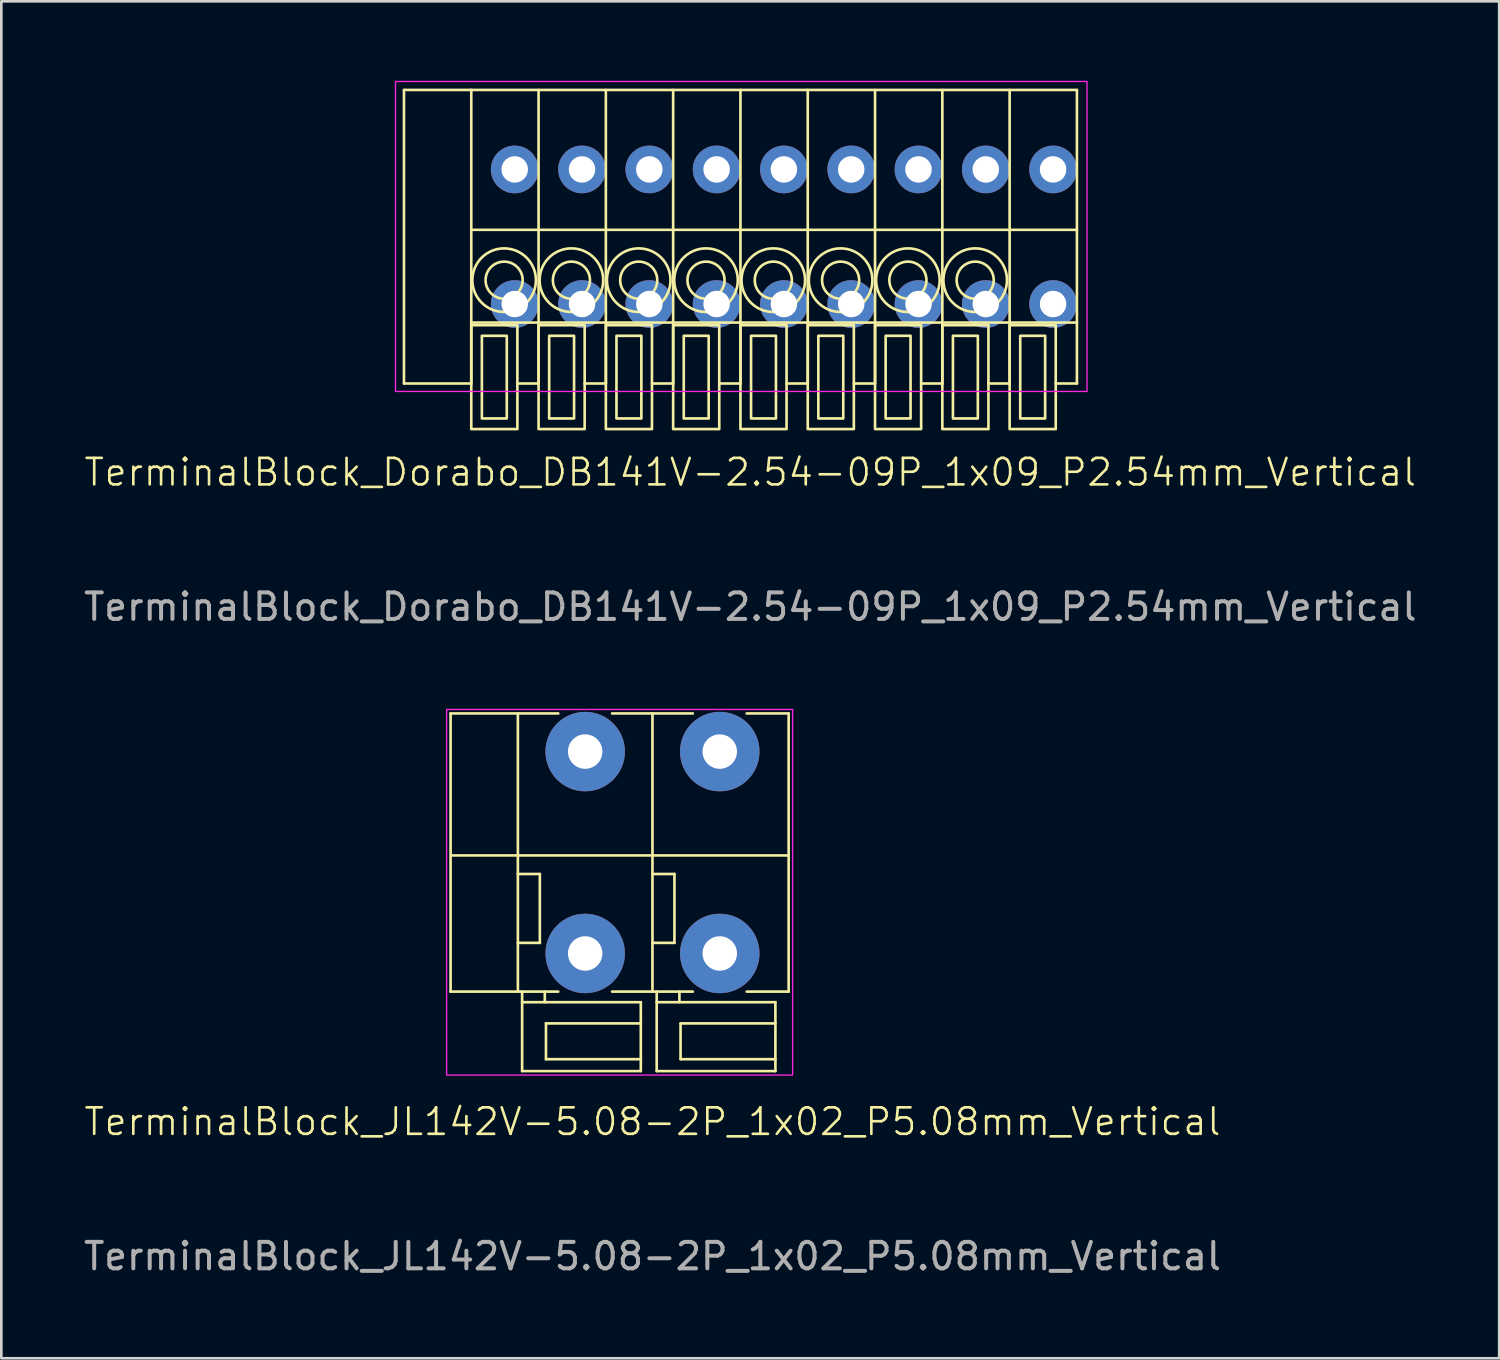
<source format=kicad_pcb>
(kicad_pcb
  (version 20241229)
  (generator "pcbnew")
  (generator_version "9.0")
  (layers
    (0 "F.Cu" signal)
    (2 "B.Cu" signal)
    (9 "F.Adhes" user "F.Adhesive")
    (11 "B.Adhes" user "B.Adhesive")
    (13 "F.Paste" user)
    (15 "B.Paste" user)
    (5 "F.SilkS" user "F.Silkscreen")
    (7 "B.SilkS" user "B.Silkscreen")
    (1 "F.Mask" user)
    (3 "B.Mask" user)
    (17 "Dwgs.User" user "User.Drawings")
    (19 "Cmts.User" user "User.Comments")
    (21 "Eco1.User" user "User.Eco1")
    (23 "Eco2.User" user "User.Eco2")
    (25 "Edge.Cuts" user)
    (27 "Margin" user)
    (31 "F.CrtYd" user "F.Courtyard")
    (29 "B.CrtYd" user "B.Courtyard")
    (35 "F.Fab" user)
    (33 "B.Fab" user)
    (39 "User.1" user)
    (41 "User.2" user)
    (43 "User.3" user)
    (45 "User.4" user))
  (footprint "TerminalBlock_JL142V-5.08-2P_1x02_P5.08mm_Vertical"
    (layer "F.Cu")
    (at 19.037 32.938)
    (property "Reference" "TerminalBlock_JL142V-5.08-2P_1x02_P5.08mm_Vertical" (at 2.54 6.35 0) (unlocked yes) (layer "F.SilkS") (effects (font (size 1 1) (thickness 0.1))))
    (attr through_hole)
    (fp_line (start -5.08 -9.06) (end -1.016 -9.06) (stroke (width 0.1) (type default)) (layer "F.SilkS"))
    (fp_line (start -5.08 1.44) (end -5.08 -9.06) (stroke (width 0.1) (type default)) (layer "F.SilkS"))
    (fp_line (start -5.02 -3.7) (end 7.68 -3.7) (stroke (width 0.1) (type default)) (layer "F.SilkS"))
    (fp_line (start -2.54 -9.06) (end -2.54 1.44) (stroke (width 0.1) (type default)) (layer "F.SilkS"))
    (fp_line (start -2.54 -3) (end -1.711 -3) (stroke (width 0.1) (type default)) (layer "F.SilkS"))
    (fp_line (start -2.38 1.84) (end 2.1 1.84) (stroke (width 0.1) (type default)) (layer "F.SilkS"))
    (fp_line (start -2.38 4.44) (end -2.38 1.44) (stroke (width 0.1) (type default)) (layer "F.SilkS"))
    (fp_line (start -1.711 -3) (end -1.711 -0.4) (stroke (width 0.1) (type default)) (layer "F.SilkS"))
    (fp_line (start -1.711 -0.4) (end -2.54 -0.4) (stroke (width 0.1) (type default)) (layer "F.SilkS"))
    (fp_line (start -1.524 1.84) (end -1.524 1.44) (stroke (width 0.1) (type default)) (layer "F.SilkS"))
    (fp_line (start -1.48 2.64) (end -1.48 3.99) (stroke (width 0.1) (type default)) (layer "F.SilkS"))
    (fp_line (start -1.48 3.99) (end 2.1 3.99) (stroke (width 0.1) (type default)) (layer "F.SilkS"))
    (fp_line (start -1.016 1.44) (end -5.08 1.44) (stroke (width 0.1) (type default)) (layer "F.SilkS"))
    (fp_line (start 1.016 -9.06) (end 4.064 -9.06) (stroke (width 0.1) (type default)) (layer "F.SilkS"))
    (fp_line (start 1.016 1.44) (end 4.064 1.44) (stroke (width 0.1) (type default)) (layer "F.SilkS"))
    (fp_line (start 2.1 1.84) (end 2.1 4.44) (stroke (width 0.1) (type default)) (layer "F.SilkS"))
    (fp_line (start 2.1 2.64) (end -1.48 2.64) (stroke (width 0.1) (type default)) (layer "F.SilkS"))
    (fp_line (start 2.1 4.44) (end -2.38 4.44) (stroke (width 0.1) (type default)) (layer "F.SilkS"))
    (fp_line (start 2.54 -9.06) (end 2.54 1.44) (stroke (width 0.1) (type default)) (layer "F.SilkS"))
    (fp_line (start 2.54 -3) (end 3.369 -3) (stroke (width 0.1) (type default)) (layer "F.SilkS"))
    (fp_line (start 2.7 1.84) (end 7.18 1.84) (stroke (width 0.1) (type default)) (layer "F.SilkS"))
    (fp_line (start 2.7 4.44) (end 2.7 1.44) (stroke (width 0.1) (type default)) (layer "F.SilkS"))
    (fp_line (start 3.369 -3) (end 3.369 -0.4) (stroke (width 0.1) (type default)) (layer "F.SilkS"))
    (fp_line (start 3.369 -0.4) (end 2.54 -0.4) (stroke (width 0.1) (type default)) (layer "F.SilkS"))
    (fp_line (start 3.556 1.84) (end 3.556 1.44) (stroke (width 0.1) (type default)) (layer "F.SilkS"))
    (fp_line (start 3.6 2.64) (end 3.6 3.99) (stroke (width 0.1) (type default)) (layer "F.SilkS"))
    (fp_line (start 3.6 3.99) (end 7.18 3.99) (stroke (width 0.1) (type default)) (layer "F.SilkS"))
    (fp_line (start 6.096 -9.06) (end 7.68 -9.06) (stroke (width 0.1) (type default)) (layer "F.SilkS"))
    (fp_line (start 6.096 1.44) (end 7.68 1.44) (stroke (width 0.1) (type default)) (layer "F.SilkS"))
    (fp_line (start 7.18 1.84) (end 7.18 4.44) (stroke (width 0.1) (type default)) (layer "F.SilkS"))
    (fp_line (start 7.18 2.64) (end 3.6 2.64) (stroke (width 0.1) (type default)) (layer "F.SilkS"))
    (fp_line (start 7.18 4.44) (end 2.7 4.44) (stroke (width 0.1) (type default)) (layer "F.SilkS"))
    (fp_line (start 7.68 -9.06) (end 7.68 1.44) (stroke (width 0.1) (type default)) (layer "F.SilkS"))
    (fp_rect (start -5.23 -9.21) (end 7.83 4.59) (stroke (width 0.05) (type default)) (fill no) (layer "F.CrtYd"))
    (fp_text user "${REFERENCE}" (at 2.54 11.43 0) (unlocked yes) (layer "F.Fab") (effects (font (size 1 1) (thickness 0.15))))
    (pad "1" thru_hole circle (at 0 -7.62) (size 3 3) (drill 1.3) (layers "*.Cu" "*.Mask"))
    (pad "1" thru_hole circle (at 0 0) (size 3 3) (drill 1.3) (layers "*.Cu" "*.Mask"))
    (pad "2" thru_hole circle (at 5.08 -7.62) (size 3 3) (drill 1.3) (layers "*.Cu" "*.Mask"))
    (pad "2" thru_hole circle (at 5.08 0) (size 3 3) (drill 1.3) (layers "*.Cu" "*.Mask")))
  (footprint "TerminalBlock_Dorabo_DB141V-2.54-09P_1x09_P2.54mm_Vertical"
    (layer "F.Cu")
    (at 16.378 8.425)
    (property "Reference" "TerminalBlock_Dorabo_DB141V-2.54-09P_1x09_P2.54mm_Vertical" (at 8.89 6.35 0) (unlocked yes) (layer "F.SilkS") (effects (font (size 1 1) (thickness 0.1))))
    (attr through_hole)
    (fp_line (start -4.18 -8.08) (end 21.22 -8.08) (stroke (width 0.1) (type default)) (layer "F.SilkS"))
    (fp_line (start -4.18 3) (end -4.18 -8.08) (stroke (width 0.1) (type default)) (layer "F.SilkS"))
    (fp_line (start -4.18 3) (end -1.64 3) (stroke (width 0.1) (type default)) (layer "F.SilkS"))
    (fp_line (start -1.64 -8.08) (end -1.64 3) (stroke (width 0.1) (type default)) (layer "F.SilkS"))
    (fp_line (start -1.64 -2.8) (end 21.22 -2.8) (stroke (width 0.1) (type default)) (layer "F.SilkS"))
    (fp_line (start -1.64 0.7) (end 21.22 0.7) (stroke (width 0.1) (type default)) (layer "F.SilkS"))
    (fp_line (start 0.1 3) (end 0.9 3) (stroke (width 0.1) (type default)) (layer "F.SilkS"))
    (fp_line (start 0.9 -8.08) (end 0.9 3) (stroke (width 0.1) (type default)) (layer "F.SilkS"))
    (fp_line (start 2.64 3) (end 3.44 3) (stroke (width 0.1) (type default)) (layer "F.SilkS"))
    (fp_line (start 3.44 -8.08) (end 3.44 3) (stroke (width 0.1) (type default)) (layer "F.SilkS"))
    (fp_line (start 5.18 3) (end 5.98 3) (stroke (width 0.1) (type default)) (layer "F.SilkS"))
    (fp_line (start 5.98 -8.08) (end 5.98 3) (stroke (width 0.1) (type default)) (layer "F.SilkS"))
    (fp_line (start 7.72 3) (end 8.52 3) (stroke (width 0.1) (type default)) (layer "F.SilkS"))
    (fp_line (start 8.52 -8.08) (end 8.52 3) (stroke (width 0.1) (type default)) (layer "F.SilkS"))
    (fp_line (start 10.26 3) (end 11.06 3) (stroke (width 0.1) (type default)) (layer "F.SilkS"))
    (fp_line (start 11.06 -8.08) (end 11.06 3) (stroke (width 0.1) (type default)) (layer "F.SilkS"))
    (fp_line (start 12.8 3) (end 13.6 3) (stroke (width 0.1) (type default)) (layer "F.SilkS"))
    (fp_line (start 13.6 -8.08) (end 13.6 3) (stroke (width 0.1) (type default)) (layer "F.SilkS"))
    (fp_line (start 15.34 3) (end 16.14 3) (stroke (width 0.1) (type default)) (layer "F.SilkS"))
    (fp_line (start 16.14 -8.08) (end 16.14 3) (stroke (width 0.1) (type default)) (layer "F.SilkS"))
    (fp_line (start 17.88 3) (end 18.68 3) (stroke (width 0.1) (type default)) (layer "F.SilkS"))
    (fp_line (start 18.68 -8.08) (end 18.68 3) (stroke (width 0.1) (type default)) (layer "F.SilkS"))
    (fp_line (start 20.42 3) (end 21.22 3) (stroke (width 0.1) (type default)) (layer "F.SilkS"))
    (fp_line (start 21.22 -8.08) (end 21.22 3) (stroke (width 0.1) (type default)) (layer "F.SilkS"))
    (fp_rect (start -1.64 0.8) (end 0.1 4.72) (stroke (width 0.1) (type default)) (fill no) (layer "F.SilkS"))
    (fp_rect (start -1.24 1.2) (end -0.3 4.32) (stroke (width 0.1) (type default)) (fill no) (layer "F.SilkS"))
    (fp_rect (start 0.9 0.8) (end 2.64 4.72) (stroke (width 0.1) (type default)) (fill no) (layer "F.SilkS"))
    (fp_rect (start 1.3 1.2) (end 2.24 4.32) (stroke (width 0.1) (type default)) (fill no) (layer "F.SilkS"))
    (fp_rect (start 3.44 0.8) (end 5.18 4.72) (stroke (width 0.1) (type default)) (fill no) (layer "F.SilkS"))
    (fp_rect (start 3.84 1.2) (end 4.78 4.32) (stroke (width 0.1) (type default)) (fill no) (layer "F.SilkS"))
    (fp_rect (start 5.98 0.8) (end 7.72 4.72) (stroke (width 0.1) (type default)) (fill no) (layer "F.SilkS"))
    (fp_rect (start 6.38 1.2) (end 7.32 4.32) (stroke (width 0.1) (type default)) (fill no) (layer "F.SilkS"))
    (fp_rect (start 8.52 0.8) (end 10.26 4.72) (stroke (width 0.1) (type default)) (fill no) (layer "F.SilkS"))
    (fp_rect (start 8.92 1.2) (end 9.86 4.32) (stroke (width 0.1) (type default)) (fill no) (layer "F.SilkS"))
    (fp_rect (start 11.06 0.8) (end 12.8 4.72) (stroke (width 0.1) (type default)) (fill no) (layer "F.SilkS"))
    (fp_rect (start 11.46 1.2) (end 12.4 4.32) (stroke (width 0.1) (type default)) (fill no) (layer "F.SilkS"))
    (fp_rect (start 13.6 0.8) (end 15.34 4.72) (stroke (width 0.1) (type default)) (fill no) (layer "F.SilkS"))
    (fp_rect (start 14 1.2) (end 14.94 4.32) (stroke (width 0.1) (type default)) (fill no) (layer "F.SilkS"))
    (fp_rect (start 16.14 0.8) (end 17.88 4.72) (stroke (width 0.1) (type default)) (fill no) (layer "F.SilkS"))
    (fp_rect (start 16.54 1.2) (end 17.48 4.32) (stroke (width 0.1) (type default)) (fill no) (layer "F.SilkS"))
    (fp_rect (start 18.68 0.8) (end 20.42 4.72) (stroke (width 0.1) (type default)) (fill no) (layer "F.SilkS"))
    (fp_rect (start 19.08 1.2) (end 20.02 4.32) (stroke (width 0.1) (type default)) (fill no) (layer "F.SilkS"))
    (fp_circle (center -0.4 -0.9) (end 0.3 -0.9) (stroke (width 0.1) (type default)) (fill no) (layer "F.SilkS"))
    (fp_circle (center -0.4 -0.9) (end 0.8 -0.9) (stroke (width 0.1) (type default)) (fill no) (layer "F.SilkS"))
    (fp_circle (center 2.14 -0.9) (end 2.84 -0.9) (stroke (width 0.1) (type default)) (fill no) (layer "F.SilkS"))
    (fp_circle (center 2.14 -0.9) (end 3.34 -0.9) (stroke (width 0.1) (type default)) (fill no) (layer "F.SilkS"))
    (fp_circle (center 4.68 -0.9) (end 5.38 -0.9) (stroke (width 0.1) (type default)) (fill no) (layer "F.SilkS"))
    (fp_circle (center 4.68 -0.9) (end 5.88 -0.9) (stroke (width 0.1) (type default)) (fill no) (layer "F.SilkS"))
    (fp_circle (center 7.22 -0.9) (end 7.92 -0.9) (stroke (width 0.1) (type default)) (fill no) (layer "F.SilkS"))
    (fp_circle (center 7.22 -0.9) (end 8.42 -0.9) (stroke (width 0.1) (type default)) (fill no) (layer "F.SilkS"))
    (fp_circle (center 9.76 -0.9) (end 10.46 -0.9) (stroke (width 0.1) (type default)) (fill no) (layer "F.SilkS"))
    (fp_circle (center 9.76 -0.9) (end 10.96 -0.9) (stroke (width 0.1) (type default)) (fill no) (layer "F.SilkS"))
    (fp_circle (center 12.3 -0.9) (end 13 -0.9) (stroke (width 0.1) (type default)) (fill no) (layer "F.SilkS"))
    (fp_circle (center 12.3 -0.9) (end 13.5 -0.9) (stroke (width 0.1) (type default)) (fill no) (layer "F.SilkS"))
    (fp_circle (center 14.84 -0.9) (end 15.54 -0.9) (stroke (width 0.1) (type default)) (fill no) (layer "F.SilkS"))
    (fp_circle (center 14.84 -0.9) (end 16.04 -0.9) (stroke (width 0.1) (type default)) (fill no) (layer "F.SilkS"))
    (fp_circle (center 17.38 -0.9) (end 18.08 -0.9) (stroke (width 0.1) (type default)) (fill no) (layer "F.SilkS"))
    (fp_circle (center 17.38 -0.9) (end 18.58 -0.9) (stroke (width 0.1) (type default)) (fill no) (layer "F.SilkS"))
    (fp_rect (start -4.5 -8.4) (end 21.6 3.3) (stroke (width 0.05) (type default)) (fill no) (layer "F.CrtYd"))
    (fp_text user "${REFERENCE}" (at 8.89 11.43 0) (unlocked yes) (layer "F.Fab") (effects (font (size 1 1) (thickness 0.15))))
    (pad "1" thru_hole circle (at 0 -5.08) (size 1.8 1.8) (drill 1) (layers "*.Cu" "*.Mask"))
    (pad "1" thru_hole circle (at 0 0) (size 1.8 1.8) (drill 1) (layers "*.Cu" "*.Mask"))
    (pad "2" thru_hole circle (at 2.54 -5.08) (size 1.8 1.8) (drill 1) (layers "*.Cu" "*.Mask"))
    (pad "2" thru_hole circle (at 2.54 0) (size 1.8 1.8) (drill 1) (layers "*.Cu" "*.Mask"))
    (pad "3" thru_hole circle (at 5.08 -5.08) (size 1.8 1.8) (drill 1) (layers "*.Cu" "*.Mask"))
    (pad "3" thru_hole circle (at 5.08 0) (size 1.8 1.8) (drill 1) (layers "*.Cu" "*.Mask"))
    (pad "4" thru_hole circle (at 7.62 -5.08) (size 1.8 1.8) (drill 1) (layers "*.Cu" "*.Mask"))
    (pad "4" thru_hole circle (at 7.62 0) (size 1.8 1.8) (drill 1) (layers "*.Cu" "*.Mask"))
    (pad "5" thru_hole circle (at 10.16 -5.08) (size 1.8 1.8) (drill 1) (layers "*.Cu" "*.Mask"))
    (pad "5" thru_hole circle (at 10.16 0) (size 1.8 1.8) (drill 1) (layers "*.Cu" "*.Mask"))
    (pad "6" thru_hole circle (at 12.7 -5.08) (size 1.8 1.8) (drill 1) (layers "*.Cu" "*.Mask"))
    (pad "6" thru_hole circle (at 12.7 0) (size 1.8 1.8) (drill 1) (layers "*.Cu" "*.Mask"))
    (pad "7" thru_hole circle (at 15.24 -5.08) (size 1.8 1.8) (drill 1) (layers "*.Cu" "*.Mask"))
    (pad "7" thru_hole circle (at 15.24 0) (size 1.8 1.8) (drill 1) (layers "*.Cu" "*.Mask"))
    (pad "8" thru_hole circle (at 17.78 -5.08) (size 1.8 1.8) (drill 1) (layers "*.Cu" "*.Mask"))
    (pad "8" thru_hole circle (at 17.78 0) (size 1.8 1.8) (drill 1) (layers "*.Cu" "*.Mask"))
    (pad "9" thru_hole circle (at 20.32 -5.08) (size 1.8 1.8) (drill 1) (layers "*.Cu" "*.Mask"))
    (pad "9" thru_hole circle (at 20.32 0) (size 1.8 1.8) (drill 1) (layers "*.Cu" "*.Mask")))
  (gr_rect
    (start -3 -3)
    (end 53.536 48.217)
    (stroke (width 0.1) (type default))
    (fill no)
    (layer "Edge.Cuts")))
</source>
